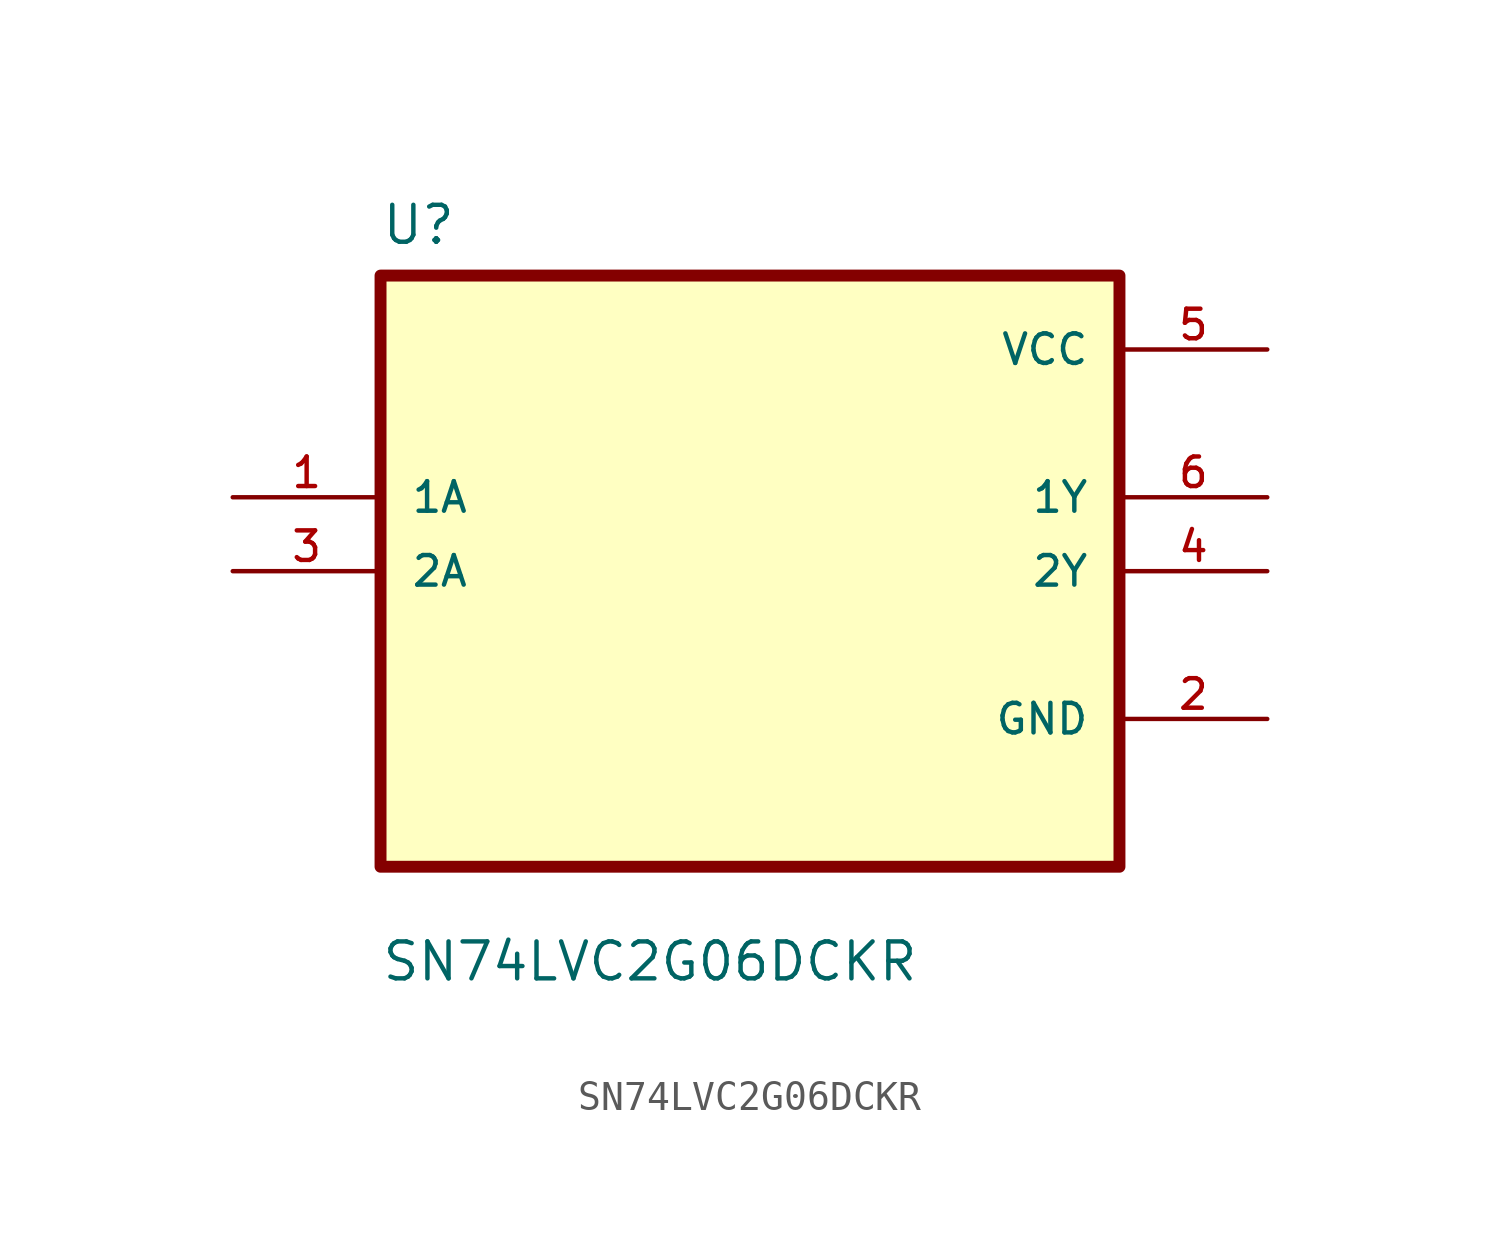
<source format=kicad_sym>
(kicad_symbol_lib
  (version 20211014)
  (generator kicad_symbol_editor)
  (symbol "SN74LVC2G06DCKR"
    (pin_names
      (offset 1.016))
    (property "Reference" "U"
      (at -12.7 11.16 0.0)
      (effects (font (size 1.27 1.27)) (justify bottom left)))
    (property "Value" "SN74LVC2G06DCKR"
      (at -12.7 -14.16 0.0)
      (effects (font (size 1.27 1.27)) (justify bottom left)))
    (symbol "SN74LVC2G06DCKR_0_0"
      (rectangle (start -12.7 -10.16) (end 12.7 10.16) (stroke (width 0.41)) (fill (type background)))
      (pin input line (at -17.78 2.54 0) (length 5.08) (name "1A" (effects (font (size 1.016 1.016)))) (number "1" (effects (font (size 1.016 1.016)))))
      (pin input line (at -17.78 0.0 0) (length 5.08) (name "2A" (effects (font (size 1.016 1.016)))) (number "3" (effects (font (size 1.016 1.016)))))
      (pin power_in line (at 17.78 7.62 180.0) (length 5.08) (name "VCC" (effects (font (size 1.016 1.016)))) (number "5" (effects (font (size 1.016 1.016)))))
      (pin output line (at 17.78 2.54 180.0) (length 5.08) (name "1Y" (effects (font (size 1.016 1.016)))) (number "6" (effects (font (size 1.016 1.016)))))
      (pin output line (at 17.78 0.0 180.0) (length 5.08) (name "2Y" (effects (font (size 1.016 1.016)))) (number "4" (effects (font (size 1.016 1.016)))))
      (pin power_in line (at 17.78 -5.08 180.0) (length 5.08) (name "GND" (effects (font (size 1.016 1.016)))) (number "2" (effects (font (size 1.016 1.016))))))))
</source>
